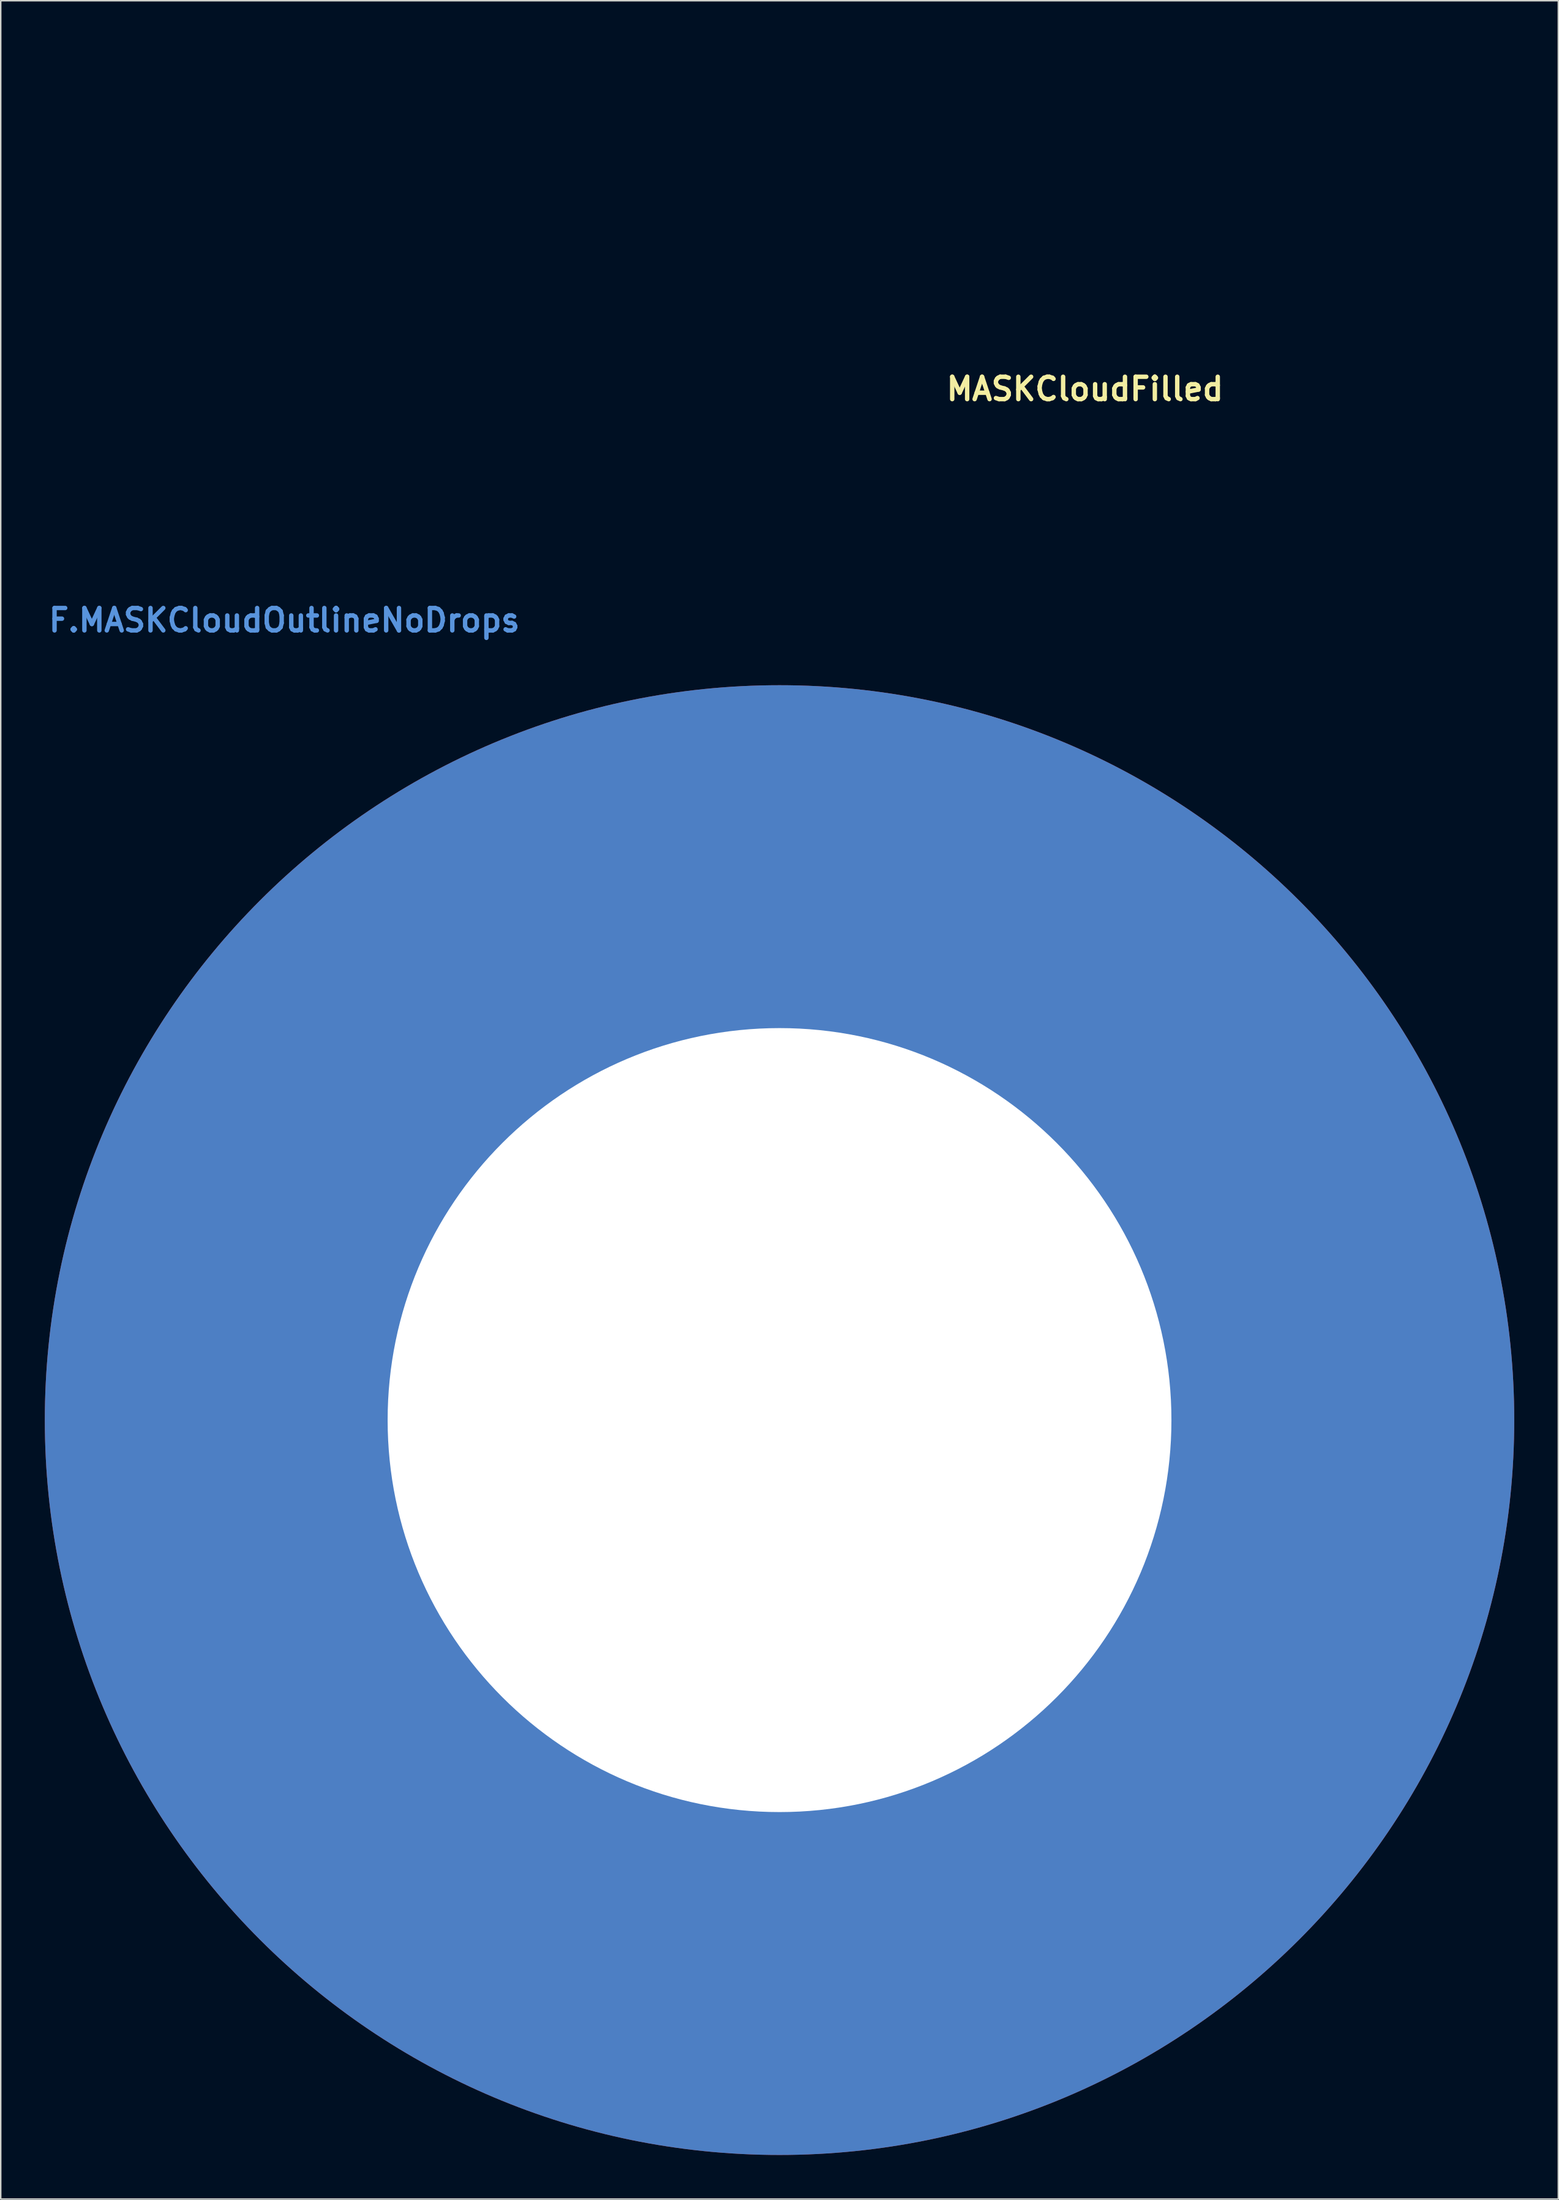
<source format=kicad_pcb>
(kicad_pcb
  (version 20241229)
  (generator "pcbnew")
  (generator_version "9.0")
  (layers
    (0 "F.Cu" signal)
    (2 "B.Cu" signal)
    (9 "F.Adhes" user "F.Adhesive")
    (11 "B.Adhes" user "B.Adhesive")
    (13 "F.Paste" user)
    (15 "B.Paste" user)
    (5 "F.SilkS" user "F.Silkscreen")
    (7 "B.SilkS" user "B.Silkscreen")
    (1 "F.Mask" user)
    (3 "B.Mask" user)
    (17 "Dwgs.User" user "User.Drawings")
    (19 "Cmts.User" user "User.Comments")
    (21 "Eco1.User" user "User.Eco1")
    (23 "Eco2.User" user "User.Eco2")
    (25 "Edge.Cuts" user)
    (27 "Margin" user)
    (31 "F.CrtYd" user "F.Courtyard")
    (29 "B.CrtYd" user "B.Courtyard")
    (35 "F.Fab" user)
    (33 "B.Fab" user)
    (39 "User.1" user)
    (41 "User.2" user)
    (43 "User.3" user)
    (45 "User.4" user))
  (footprint "RainCloudPad"
    (layer "F.Cu")
    (at 50 93.57)
    (property "Reference" "RainCloudPad" (at 0 0.5 0) (layer "F.SilkS") (effects (font (size 1 1) (thickness 0.15))))
    (attr through_hole)
    (pad "1" thru_hole circle (at 0 0) (size 100 100) (drill 53.34) (layers "*.Mask" "F.Cu")))
  (footprint "MASKCloudFilled"
    (layer "F.Cu")
    (at 70.787 23.417)
    (property "Reference" "MASKCloudFilled" (at 0 0 0) (layer "F.SilkS") (effects (font (size 1.524 1.524) (thickness 0.3))))
    (attr through_hole)
    (fp_poly (pts (xy 0.995 -23.305) (xy 2.182 -22.994) (xy 3.315 -22.496) (xy 4.367 -21.83) (xy 5.311 -21.013) (xy 6.121 -20.062) (xy 6.771 -18.993) (xy 6.883 -18.758) (xy 7.067 -18.355) (xy 7.923 -18.636) (xy 8.657 -18.81) (xy 9.511 -18.91) (xy 10.397 -18.932) (xy 11.226 -18.871) (xy 11.706 -18.784) (xy 12.962 -18.367) (xy 14.121 -17.764) (xy 15.16 -16.99) (xy 16.061 -16.061) (xy 16.802 -14.993) (xy 17.035 -14.56) (xy 17.28 -14.031) (xy 17.507 -13.481) (xy 17.68 -12.995) (xy 17.734 -12.81) (xy 17.849 -12.179) (xy 17.914 -11.433) (xy 17.925 -10.655) (xy 17.882 -9.928) (xy 17.789 -9.355) (xy 17.706 -8.998) (xy 17.685 -8.789) (xy 17.736 -8.665) (xy 17.867 -8.559) (xy 17.899 -8.537) (xy 18.298 -8.216) (xy 18.753 -7.763) (xy 19.211 -7.239) (xy 19.62 -6.703) (xy 19.852 -6.346) (xy 20.259 -5.588) (xy 20.541 -4.887) (xy 20.714 -4.17) (xy 20.798 -3.365) (xy 20.814 -2.65) (xy 20.748 -1.476) (xy 20.545 -0.438) (xy 20.19 0.513) (xy 19.663 1.426) (xy 19.19 2.062) (xy 18.499 2.816) (xy 17.738 3.435) (xy 16.856 3.955) (xy 15.885 4.381) (xy 15.074 4.693) (xy 0.055 4.716) (xy -2.072 4.719) (xy -3.989 4.722) (xy -5.709 4.724) (xy -7.242 4.724) (xy -8.601 4.724) (xy -9.796 4.723) (xy -10.84 4.721) (xy -11.743 4.717) (xy -12.518 4.711) (xy -13.175 4.704) (xy -13.727 4.695) (xy -14.184 4.684) (xy -14.559 4.671) (xy -14.862 4.655) (xy -15.106 4.638) (xy -15.302 4.618) (xy -15.461 4.595) (xy -15.595 4.569) (xy -15.715 4.541) (xy -15.752 4.531) (xy -16.948 4.106) (xy -18.03 3.503) (xy -18.983 2.738) (xy -19.791 1.831) (xy -20.441 0.8) (xy -20.918 -0.337) (xy -21.206 -1.561) (xy -21.278 -2.264) (xy -21.253 -3.46) (xy -21.027 -4.602) (xy -20.593 -5.732) (xy -20.228 -6.394) (xy -19.774 -7.06) (xy -19.277 -7.669) (xy -18.786 -8.16) (xy -18.563 -8.338) (xy -18.291 -8.548) (xy -18.166 -8.714) (xy -18.147 -8.908) (xy -18.167 -9.056) (xy -18.279 -9.754) (xy -18.352 -10.292) (xy -18.387 -10.724) (xy -18.39 -11.106) (xy -18.363 -11.494) (xy -18.332 -11.761) (xy -18.063 -13.087) (xy -17.604 -14.322) (xy -16.969 -15.448) (xy -16.172 -16.45) (xy -15.227 -17.312) (xy -14.149 -18.016) (xy -12.951 -18.547) (xy -12.369 -18.727) (xy -11.546 -18.878) (xy -10.62 -18.932) (xy -9.678 -18.89) (xy -8.802 -18.755) (xy -8.362 -18.636) (xy -7.503 -18.353) (xy -7.217 -18.923) (xy -6.537 -20.05) (xy -5.71 -21.038) (xy -4.756 -21.873) (xy -3.696 -22.542) (xy -2.553 -23.03) (xy -1.347 -23.324) (xy -0.221 -23.412) (xy 0.995 -23.305)) (stroke (width 0.01) (type solid)) (fill yes) (layer "F.Mask")))
  (footprint "F.MASKCloudOutlineNoDrops"
    (layer "F.Cu")
    (at 25.19 23.912)
    (property "Reference" "F.MASKCloudOutlineNoDrops" (at -8.89 15.24 0) (layer "Cmts.User") (effects (font (size 1.524 1.524) (thickness 0.3))))
    (attr through_hole)
    (fp_poly (pts (xy 0.995 -23.305) (xy 2.182 -22.994) (xy 3.315 -22.496) (xy 4.367 -21.83) (xy 5.311 -21.013) (xy 6.121 -20.062) (xy 6.771 -18.993) (xy 6.883 -18.758) (xy 7.067 -18.355) (xy 7.923 -18.636) (xy 8.657 -18.81) (xy 9.511 -18.91) (xy 10.397 -18.932) (xy 11.226 -18.871) (xy 11.706 -18.784) (xy 12.962 -18.367) (xy 14.121 -17.764) (xy 15.16 -16.99) (xy 16.061 -16.061) (xy 16.802 -14.993) (xy 17.035 -14.56) (xy 17.28 -14.031) (xy 17.507 -13.481) (xy 17.68 -12.995) (xy 17.734 -12.81) (xy 17.849 -12.179) (xy 17.914 -11.433) (xy 17.925 -10.655) (xy 17.882 -9.928) (xy 17.789 -9.355) (xy 17.706 -8.998) (xy 17.685 -8.789) (xy 17.736 -8.665) (xy 17.867 -8.559) (xy 17.899 -8.537) (xy 18.298 -8.216) (xy 18.753 -7.763) (xy 19.211 -7.239) (xy 19.62 -6.703) (xy 19.852 -6.346) (xy 20.259 -5.588) (xy 20.541 -4.887) (xy 20.714 -4.17) (xy 20.798 -3.365) (xy 20.814 -2.65) (xy 20.748 -1.476) (xy 20.545 -0.438) (xy 20.19 0.513) (xy 19.663 1.426) (xy 19.19 2.062) (xy 18.499 2.816) (xy 17.738 3.435) (xy 16.856 3.955) (xy 15.885 4.381) (xy 15.074 4.693) (xy 0.055 4.716) (xy -2.072 4.719) (xy -3.989 4.722) (xy -5.709 4.724) (xy -7.242 4.724) (xy -8.601 4.724) (xy -9.796 4.723) (xy -10.84 4.721) (xy -11.743 4.717) (xy -12.518 4.711) (xy -13.175 4.704) (xy -13.727 4.695) (xy -14.184 4.684) (xy -14.559 4.671) (xy -14.862 4.655) (xy -15.106 4.638) (xy -15.302 4.618) (xy -15.461 4.595) (xy -15.595 4.569) (xy -15.715 4.541) (xy -15.752 4.531) (xy -16.948 4.106) (xy -18.03 3.503) (xy -18.983 2.738) (xy -19.791 1.831) (xy -20.441 0.8) (xy -20.918 -0.337) (xy -21.206 -1.561) (xy -21.278 -2.264) (xy -21.278 -2.29) (xy -19.846 -2.29) (xy -19.684 -1.243) (xy -19.321 -0.213) (xy -18.753 0.778) (xy -18.559 1.041) (xy -17.804 1.843) (xy -16.909 2.482) (xy -15.899 2.944) (xy -14.795 3.218) (xy -14.633 3.241) (xy -14.483 3.246) (xy -14.126 3.251) (xy -13.575 3.255) (xy -12.843 3.259) (xy -11.943 3.262) (xy -10.889 3.265) (xy -9.694 3.268) (xy -8.371 3.27) (xy -6.934 3.271) (xy -5.396 3.272) (xy -3.77 3.272) (xy -2.07 3.272) (xy -0.309 3.271) (xy 0.166 3.27) (xy 14.633 3.258) (xy 15.35 3.012) (xy 16.356 2.559) (xy 17.263 1.933) (xy 18.038 1.165) (xy 18.647 0.282) (xy 18.764 0.058) (xy 19.186 -1.031) (xy 19.394 -2.137) (xy 19.388 -3.24) (xy 19.168 -4.325) (xy 18.747 -5.346) (xy 18.544 -5.67) (xy 18.251 -6.06) (xy 17.9 -6.478) (xy 17.527 -6.888) (xy 17.165 -7.253) (xy 16.85 -7.537) (xy 16.614 -7.703) (xy 16.528 -7.73) (xy 16.328 -7.796) (xy 16.131 -7.924) (xy 15.893 -8.117) (xy 16.114 -8.805) (xy 16.352 -9.643) (xy 16.482 -10.359) (xy 16.513 -11.016) (xy 16.452 -11.667) (xy 16.202 -12.816) (xy 15.81 -13.821) (xy 15.256 -14.724) (xy 14.517 -15.567) (xy 14.368 -15.711) (xy 13.43 -16.454) (xy 12.411 -16.993) (xy 11.317 -17.325) (xy 10.152 -17.448) (xy 10.05 -17.449) (xy 9.099 -17.38) (xy 8.194 -17.16) (xy 7.26 -16.771) (xy 7.181 -16.732) (xy 6.803 -16.548) (xy 6.498 -16.411) (xy 6.322 -16.347) (xy 6.307 -16.344) (xy 6.226 -16.442) (xy 6.104 -16.701) (xy 5.961 -17.073) (xy 5.913 -17.214) (xy 5.438 -18.338) (xy 4.823 -19.318) (xy 4.088 -20.15) (xy 3.253 -20.83) (xy 2.34 -21.351) (xy 1.368 -21.709) (xy 0.358 -21.898) (xy -0.668 -21.913) (xy -1.691 -21.75) (xy -2.69 -21.403) (xy -3.645 -20.867) (xy -4.534 -20.137) (xy -4.786 -19.879) (xy -5.403 -19.125) (xy -5.882 -18.324) (xy -6.268 -17.402) (xy -6.354 -17.145) (xy -6.646 -16.241) (xy -7.52 -16.681) (xy -8.398 -17.073) (xy -9.204 -17.317) (xy -10.012 -17.433) (xy -10.491 -17.449) (xy -11.638 -17.352) (xy -12.7 -17.057) (xy -13.689 -16.559) (xy -14.619 -15.851) (xy -14.915 -15.571) (xy -15.71 -14.641) (xy -16.308 -13.631) (xy -16.704 -12.56) (xy -16.894 -11.446) (xy -16.874 -10.307) (xy -16.637 -9.16) (xy -16.622 -9.111) (xy -16.496 -8.696) (xy -16.4 -8.365) (xy -16.35 -8.171) (xy -16.346 -8.146) (xy -16.431 -8.046) (xy -16.649 -7.88) (xy -16.814 -7.772) (xy -17.775 -7.058) (xy -18.559 -6.237) (xy -19.162 -5.328) (xy -19.58 -4.353) (xy -19.81 -3.334) (xy -19.846 -2.29) (xy -21.278 -2.29) (xy -21.253 -3.46) (xy -21.027 -4.602) (xy -20.593 -5.732) (xy -20.228 -6.394) (xy -19.774 -7.06) (xy -19.277 -7.669) (xy -18.786 -8.16) (xy -18.563 -8.338) (xy -18.291 -8.548) (xy -18.166 -8.714) (xy -18.147 -8.908) (xy -18.167 -9.056) (xy -18.279 -9.754) (xy -18.352 -10.292) (xy -18.387 -10.724) (xy -18.39 -11.106) (xy -18.363 -11.494) (xy -18.332 -11.761) (xy -18.063 -13.087) (xy -17.604 -14.322) (xy -16.969 -15.448) (xy -16.172 -16.45) (xy -15.227 -17.312) (xy -14.149 -18.016) (xy -12.951 -18.547) (xy -12.369 -18.727) (xy -11.546 -18.878) (xy -10.62 -18.932) (xy -9.678 -18.89) (xy -8.802 -18.755) (xy -8.362 -18.636) (xy -7.503 -18.353) (xy -7.217 -18.923) (xy -6.537 -20.05) (xy -5.71 -21.038) (xy -4.756 -21.873) (xy -3.696 -22.542) (xy -2.553 -23.03) (xy -1.347 -23.324) (xy -0.221 -23.412) (xy 0.995 -23.305)) (stroke (width 1) (type solid)) (fill yes) (layer "F.Mask")))
  (gr_rect
    (start -3 -3)
    (end 103 146.57)
    (stroke (width 0.1) (type default))
    (fill no)
    (layer "Edge.Cuts")))
</source>
